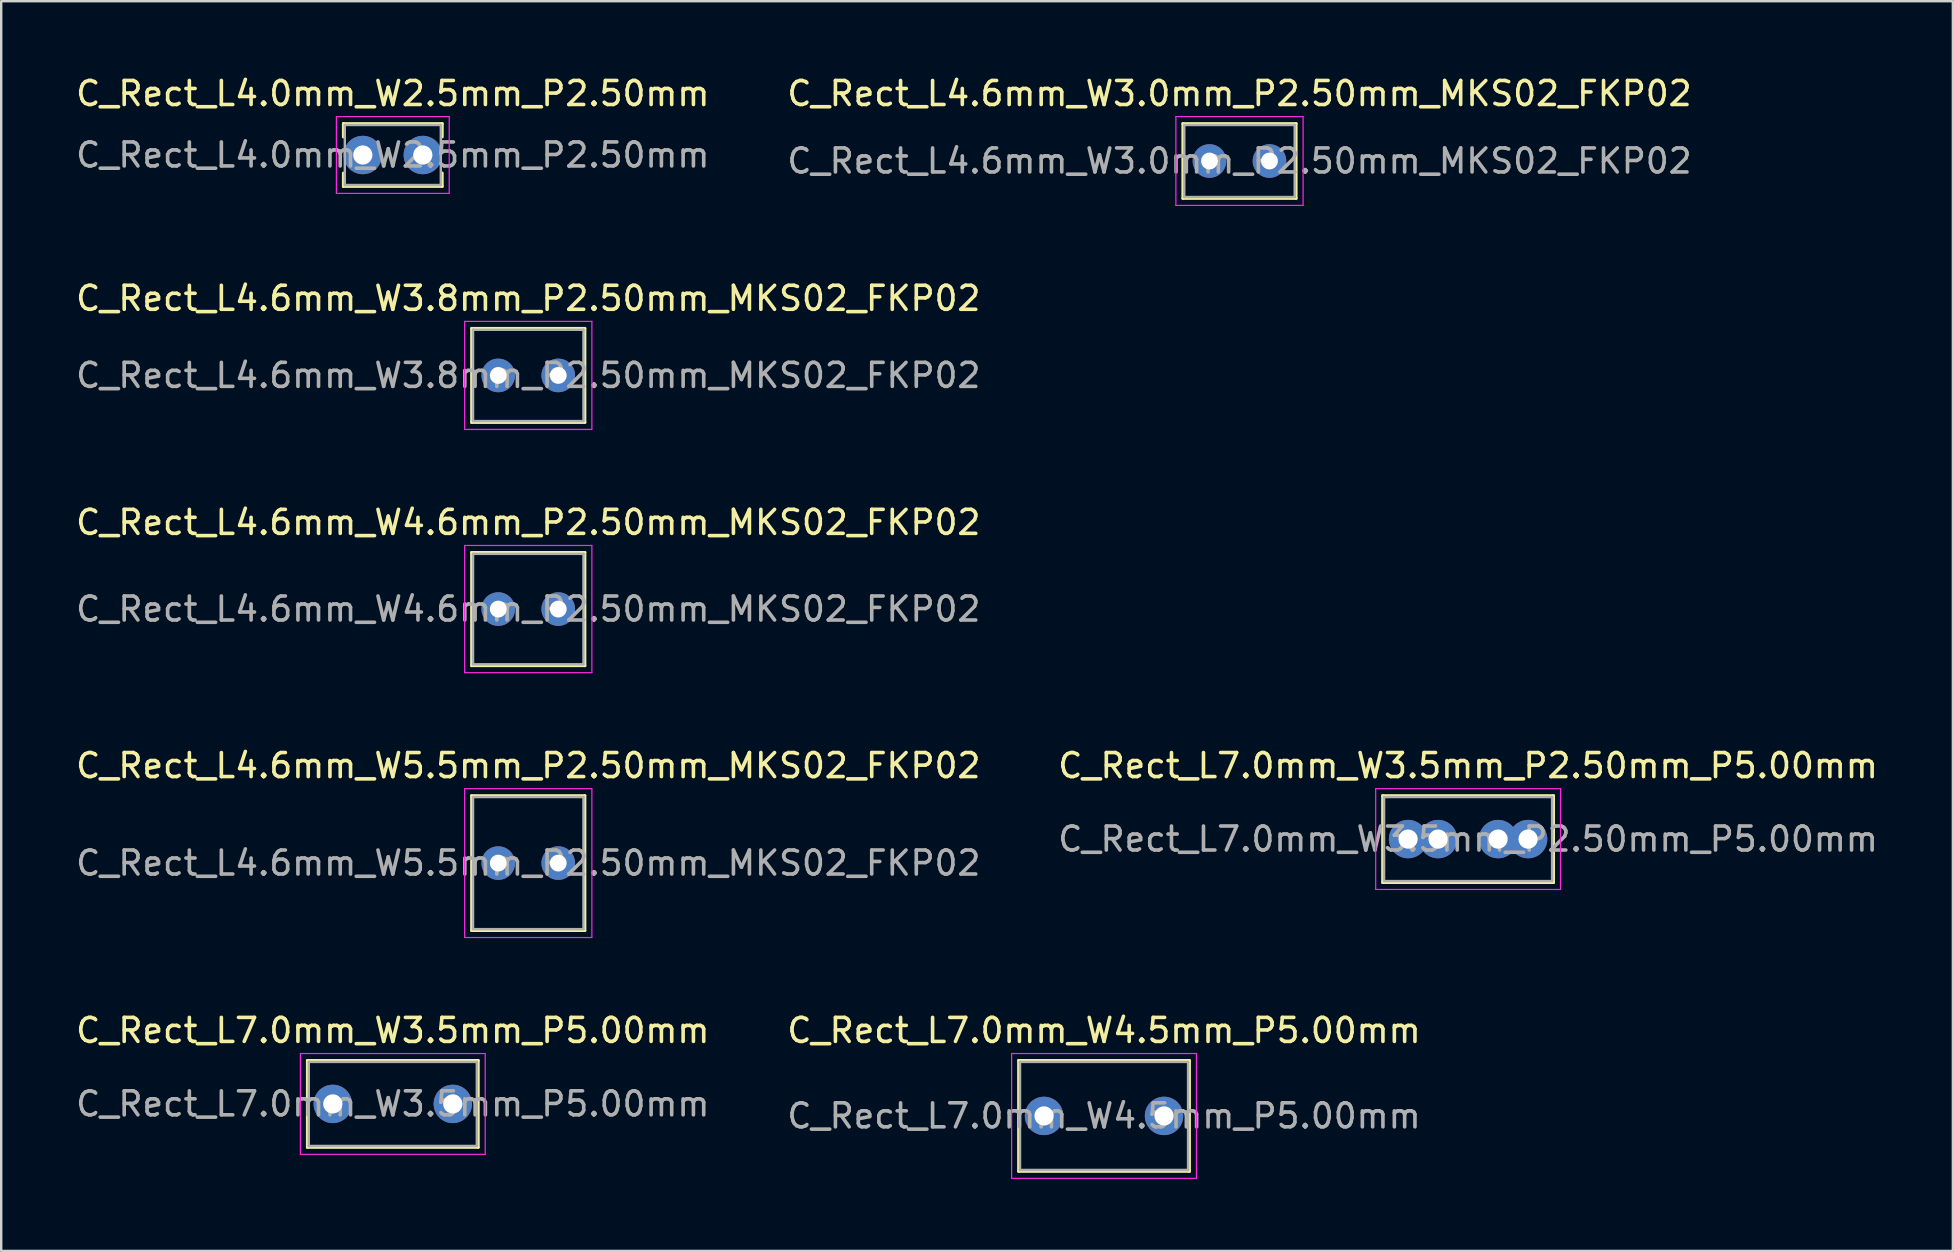
<source format=kicad_pcb>
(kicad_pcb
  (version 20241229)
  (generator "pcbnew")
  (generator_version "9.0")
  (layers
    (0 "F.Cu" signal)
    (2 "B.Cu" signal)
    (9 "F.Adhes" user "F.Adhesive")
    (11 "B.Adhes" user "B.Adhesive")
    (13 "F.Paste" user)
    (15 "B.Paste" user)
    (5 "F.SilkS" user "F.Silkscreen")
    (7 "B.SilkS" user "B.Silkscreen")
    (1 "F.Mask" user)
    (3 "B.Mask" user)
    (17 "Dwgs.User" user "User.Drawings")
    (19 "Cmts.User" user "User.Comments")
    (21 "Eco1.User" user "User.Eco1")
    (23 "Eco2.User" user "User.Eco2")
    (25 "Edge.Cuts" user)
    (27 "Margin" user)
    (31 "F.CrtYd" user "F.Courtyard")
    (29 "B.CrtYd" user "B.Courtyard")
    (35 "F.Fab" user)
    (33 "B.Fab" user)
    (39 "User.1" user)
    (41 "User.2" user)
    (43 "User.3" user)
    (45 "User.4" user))
  (footprint "C_Rect_L4.6mm_W5.5mm_P2.50mm_MKS02_FKP02"
    (layer "F.Cu")
    (at 17.708 32.908)
    (property "Reference" "C_Rect_L4.6mm_W5.5mm_P2.50mm_MKS02_FKP02" (at 1.25 -4.06 0) (layer "F.SilkS") (effects (font (size 1 1) (thickness 0.15))))
    (attr through_hole)
    (fp_line (start -1.11 -2.81) (end -1.11 2.81) (stroke (width 0.12) (type solid)) (layer "F.SilkS"))
    (fp_line (start -1.11 -2.81) (end 3.61 -2.81) (stroke (width 0.12) (type solid)) (layer "F.SilkS"))
    (fp_line (start -1.11 2.81) (end 3.61 2.81) (stroke (width 0.12) (type solid)) (layer "F.SilkS"))
    (fp_line (start 3.61 -2.81) (end 3.61 2.81) (stroke (width 0.12) (type solid)) (layer "F.SilkS"))
    (fp_line (start -1.4 -3.1) (end -1.4 3.1) (stroke (width 0.05) (type solid)) (layer "F.CrtYd"))
    (fp_line (start -1.4 3.1) (end 3.9 3.1) (stroke (width 0.05) (type solid)) (layer "F.CrtYd"))
    (fp_line (start 3.9 -3.1) (end -1.4 -3.1) (stroke (width 0.05) (type solid)) (layer "F.CrtYd"))
    (fp_line (start 3.9 3.1) (end 3.9 -3.1) (stroke (width 0.05) (type solid)) (layer "F.CrtYd"))
    (fp_line (start -1.05 -2.75) (end -1.05 2.75) (stroke (width 0.1) (type solid)) (layer "F.Fab"))
    (fp_line (start -1.05 2.75) (end 3.55 2.75) (stroke (width 0.1) (type solid)) (layer "F.Fab"))
    (fp_line (start 3.55 -2.75) (end -1.05 -2.75) (stroke (width 0.1) (type solid)) (layer "F.Fab"))
    (fp_line (start 3.55 2.75) (end 3.55 -2.75) (stroke (width 0.1) (type solid)) (layer "F.Fab"))
    (fp_text user "${REFERENCE}" (at 1.25 0 0) (layer "F.Fab") (effects (font (size 1 1) (thickness 0.15))))
    (pad "1" thru_hole circle (at 0 0) (size 1.4 1.4) (drill 0.7) (layers "*.Cu" "*.Mask"))
    (pad "2" thru_hole circle (at 2.5 0) (size 1.4 1.4) (drill 0.7) (layers "*.Cu" "*.Mask")))
  (footprint "C_Rect_L7.0mm_W4.5mm_P5.00mm"
    (layer "F.Cu")
    (at 40.446 43.441)
    (property "Reference" "C_Rect_L7.0mm_W4.5mm_P5.00mm" (at 2.5 -3.56 0) (layer "F.SilkS") (effects (font (size 1 1) (thickness 0.15))))
    (attr through_hole)
    (fp_line (start -1.06 -2.31) (end -1.06 2.31) (stroke (width 0.12) (type solid)) (layer "F.SilkS"))
    (fp_line (start -1.06 -2.31) (end 6.06 -2.31) (stroke (width 0.12) (type solid)) (layer "F.SilkS"))
    (fp_line (start -1.06 2.31) (end 6.06 2.31) (stroke (width 0.12) (type solid)) (layer "F.SilkS"))
    (fp_line (start 6.06 -2.31) (end 6.06 2.31) (stroke (width 0.12) (type solid)) (layer "F.SilkS"))
    (fp_line (start -1.35 -2.6) (end -1.35 2.6) (stroke (width 0.05) (type solid)) (layer "F.CrtYd"))
    (fp_line (start -1.35 2.6) (end 6.35 2.6) (stroke (width 0.05) (type solid)) (layer "F.CrtYd"))
    (fp_line (start 6.35 -2.6) (end -1.35 -2.6) (stroke (width 0.05) (type solid)) (layer "F.CrtYd"))
    (fp_line (start 6.35 2.6) (end 6.35 -2.6) (stroke (width 0.05) (type solid)) (layer "F.CrtYd"))
    (fp_line (start -1 -2.25) (end -1 2.25) (stroke (width 0.1) (type solid)) (layer "F.Fab"))
    (fp_line (start -1 2.25) (end 6 2.25) (stroke (width 0.1) (type solid)) (layer "F.Fab"))
    (fp_line (start 6 -2.25) (end -1 -2.25) (stroke (width 0.1) (type solid)) (layer "F.Fab"))
    (fp_line (start 6 2.25) (end 6 -2.25) (stroke (width 0.1) (type solid)) (layer "F.Fab"))
    (fp_text user "${REFERENCE}" (at 2.5 0 0) (layer "F.Fab") (effects (font (size 1 1) (thickness 0.15))))
    (pad "1" thru_hole circle (at 0 0) (size 1.6 1.6) (drill 0.8) (layers "*.Cu" "*.Mask"))
    (pad "2" thru_hole circle (at 5 0) (size 1.6 1.6) (drill 0.8) (layers "*.Cu" "*.Mask")))
  (footprint "C_Rect_L4.6mm_W3.8mm_P2.50mm_MKS02_FKP02"
    (layer "F.Cu")
    (at 17.708 12.591)
    (property "Reference" "C_Rect_L4.6mm_W3.8mm_P2.50mm_MKS02_FKP02" (at 1.25 -3.21 0) (layer "F.SilkS") (effects (font (size 1 1) (thickness 0.15))))
    (attr through_hole)
    (fp_line (start -1.11 -1.96) (end -1.11 1.96) (stroke (width 0.12) (type solid)) (layer "F.SilkS"))
    (fp_line (start -1.11 -1.96) (end 3.61 -1.96) (stroke (width 0.12) (type solid)) (layer "F.SilkS"))
    (fp_line (start -1.11 1.96) (end 3.61 1.96) (stroke (width 0.12) (type solid)) (layer "F.SilkS"))
    (fp_line (start 3.61 -1.96) (end 3.61 1.96) (stroke (width 0.12) (type solid)) (layer "F.SilkS"))
    (fp_line (start -1.4 -2.25) (end -1.4 2.25) (stroke (width 0.05) (type solid)) (layer "F.CrtYd"))
    (fp_line (start -1.4 2.25) (end 3.9 2.25) (stroke (width 0.05) (type solid)) (layer "F.CrtYd"))
    (fp_line (start 3.9 -2.25) (end -1.4 -2.25) (stroke (width 0.05) (type solid)) (layer "F.CrtYd"))
    (fp_line (start 3.9 2.25) (end 3.9 -2.25) (stroke (width 0.05) (type solid)) (layer "F.CrtYd"))
    (fp_line (start -1.05 -1.9) (end -1.05 1.9) (stroke (width 0.1) (type solid)) (layer "F.Fab"))
    (fp_line (start -1.05 1.9) (end 3.55 1.9) (stroke (width 0.1) (type solid)) (layer "F.Fab"))
    (fp_line (start 3.55 -1.9) (end -1.05 -1.9) (stroke (width 0.1) (type solid)) (layer "F.Fab"))
    (fp_line (start 3.55 1.9) (end 3.55 -1.9) (stroke (width 0.1) (type solid)) (layer "F.Fab"))
    (fp_text user "${REFERENCE}" (at 1.25 0 0) (layer "F.Fab") (effects (font (size 1 1) (thickness 0.15))))
    (pad "1" thru_hole circle (at 0 0) (size 1.4 1.4) (drill 0.7) (layers "*.Cu" "*.Mask"))
    (pad "2" thru_hole circle (at 2.5 0) (size 1.4 1.4) (drill 0.7) (layers "*.Cu" "*.Mask")))
  (footprint "C_Rect_L4.0mm_W2.5mm_P2.50mm"
    (layer "F.Cu")
    (at 12.065 3.408)
    (property "Reference" "C_Rect_L4.0mm_W2.5mm_P2.50mm" (at 1.25 -2.56 0) (layer "F.SilkS") (effects (font (size 1 1) (thickness 0.15))))
    (attr through_hole)
    (fp_line (start -0.81 -1.31) (end -0.81 -0.75) (stroke (width 0.12) (type solid)) (layer "F.SilkS"))
    (fp_line (start -0.81 -1.31) (end 3.31 -1.31) (stroke (width 0.12) (type solid)) (layer "F.SilkS"))
    (fp_line (start -0.81 0.75) (end -0.81 1.31) (stroke (width 0.12) (type solid)) (layer "F.SilkS"))
    (fp_line (start -0.81 1.31) (end 3.31 1.31) (stroke (width 0.12) (type solid)) (layer "F.SilkS"))
    (fp_line (start 3.31 -1.31) (end 3.31 -0.75) (stroke (width 0.12) (type solid)) (layer "F.SilkS"))
    (fp_line (start 3.31 0.75) (end 3.31 1.31) (stroke (width 0.12) (type solid)) (layer "F.SilkS"))
    (fp_line (start -1.1 -1.6) (end -1.1 1.6) (stroke (width 0.05) (type solid)) (layer "F.CrtYd"))
    (fp_line (start -1.1 1.6) (end 3.6 1.6) (stroke (width 0.05) (type solid)) (layer "F.CrtYd"))
    (fp_line (start 3.6 -1.6) (end -1.1 -1.6) (stroke (width 0.05) (type solid)) (layer "F.CrtYd"))
    (fp_line (start 3.6 1.6) (end 3.6 -1.6) (stroke (width 0.05) (type solid)) (layer "F.CrtYd"))
    (fp_line (start -0.75 -1.25) (end -0.75 1.25) (stroke (width 0.1) (type solid)) (layer "F.Fab"))
    (fp_line (start -0.75 1.25) (end 3.25 1.25) (stroke (width 0.1) (type solid)) (layer "F.Fab"))
    (fp_line (start 3.25 -1.25) (end -0.75 -1.25) (stroke (width 0.1) (type solid)) (layer "F.Fab"))
    (fp_line (start 3.25 1.25) (end 3.25 -1.25) (stroke (width 0.1) (type solid)) (layer "F.Fab"))
    (fp_text user "${REFERENCE}" (at 1.25 0 0) (layer "F.Fab") (effects (font (size 1 1) (thickness 0.15))))
    (pad "1" thru_hole circle (at 0 0) (size 1.6 1.6) (drill 0.8) (layers "*.Cu" "*.Mask"))
    (pad "2" thru_hole circle (at 2.5 0) (size 1.6 1.6) (drill 0.8) (layers "*.Cu" "*.Mask")))
  (footprint "C_Rect_L7.0mm_W3.5mm_P5.00mm"
    (layer "F.Cu")
    (at 10.815 42.941)
    (property "Reference" "C_Rect_L7.0mm_W3.5mm_P5.00mm" (at 2.5 -3.06 0) (layer "F.SilkS") (effects (font (size 1 1) (thickness 0.15))))
    (attr through_hole)
    (fp_line (start -1.06 -1.81) (end -1.06 1.81) (stroke (width 0.12) (type solid)) (layer "F.SilkS"))
    (fp_line (start -1.06 -1.81) (end 6.06 -1.81) (stroke (width 0.12) (type solid)) (layer "F.SilkS"))
    (fp_line (start -1.06 1.81) (end 6.06 1.81) (stroke (width 0.12) (type solid)) (layer "F.SilkS"))
    (fp_line (start 6.06 -1.81) (end 6.06 1.81) (stroke (width 0.12) (type solid)) (layer "F.SilkS"))
    (fp_line (start -1.35 -2.1) (end -1.35 2.1) (stroke (width 0.05) (type solid)) (layer "F.CrtYd"))
    (fp_line (start -1.35 2.1) (end 6.35 2.1) (stroke (width 0.05) (type solid)) (layer "F.CrtYd"))
    (fp_line (start 6.35 -2.1) (end -1.35 -2.1) (stroke (width 0.05) (type solid)) (layer "F.CrtYd"))
    (fp_line (start 6.35 2.1) (end 6.35 -2.1) (stroke (width 0.05) (type solid)) (layer "F.CrtYd"))
    (fp_line (start -1 -1.75) (end -1 1.75) (stroke (width 0.1) (type solid)) (layer "F.Fab"))
    (fp_line (start -1 1.75) (end 6 1.75) (stroke (width 0.1) (type solid)) (layer "F.Fab"))
    (fp_line (start 6 -1.75) (end -1 -1.75) (stroke (width 0.1) (type solid)) (layer "F.Fab"))
    (fp_line (start 6 1.75) (end 6 -1.75) (stroke (width 0.1) (type solid)) (layer "F.Fab"))
    (fp_text user "${REFERENCE}" (at 2.5 0 0) (layer "F.Fab") (effects (font (size 1 1) (thickness 0.15))))
    (pad "1" thru_hole circle (at 0 0) (size 1.6 1.6) (drill 0.8) (layers "*.Cu" "*.Mask"))
    (pad "2" thru_hole circle (at 5 0) (size 1.6 1.6) (drill 0.8) (layers "*.Cu" "*.Mask")))
  (footprint "C_Rect_L4.6mm_W4.6mm_P2.50mm_MKS02_FKP02"
    (layer "F.Cu")
    (at 17.708 22.325)
    (property "Reference" "C_Rect_L4.6mm_W4.6mm_P2.50mm_MKS02_FKP02" (at 1.25 -3.61 0) (layer "F.SilkS") (effects (font (size 1 1) (thickness 0.15))))
    (attr through_hole)
    (fp_line (start -1.11 -2.36) (end -1.11 2.36) (stroke (width 0.12) (type solid)) (layer "F.SilkS"))
    (fp_line (start -1.11 -2.36) (end 3.61 -2.36) (stroke (width 0.12) (type solid)) (layer "F.SilkS"))
    (fp_line (start -1.11 2.36) (end 3.61 2.36) (stroke (width 0.12) (type solid)) (layer "F.SilkS"))
    (fp_line (start 3.61 -2.36) (end 3.61 2.36) (stroke (width 0.12) (type solid)) (layer "F.SilkS"))
    (fp_line (start -1.4 -2.65) (end -1.4 2.65) (stroke (width 0.05) (type solid)) (layer "F.CrtYd"))
    (fp_line (start -1.4 2.65) (end 3.9 2.65) (stroke (width 0.05) (type solid)) (layer "F.CrtYd"))
    (fp_line (start 3.9 -2.65) (end -1.4 -2.65) (stroke (width 0.05) (type solid)) (layer "F.CrtYd"))
    (fp_line (start 3.9 2.65) (end 3.9 -2.65) (stroke (width 0.05) (type solid)) (layer "F.CrtYd"))
    (fp_line (start -1.05 -2.3) (end -1.05 2.3) (stroke (width 0.1) (type solid)) (layer "F.Fab"))
    (fp_line (start -1.05 2.3) (end 3.55 2.3) (stroke (width 0.1) (type solid)) (layer "F.Fab"))
    (fp_line (start 3.55 -2.3) (end -1.05 -2.3) (stroke (width 0.1) (type solid)) (layer "F.Fab"))
    (fp_line (start 3.55 2.3) (end 3.55 -2.3) (stroke (width 0.1) (type solid)) (layer "F.Fab"))
    (fp_text user "${REFERENCE}" (at 1.25 0 0) (layer "F.Fab") (effects (font (size 1 1) (thickness 0.15))))
    (pad "1" thru_hole circle (at 0 0) (size 1.4 1.4) (drill 0.7) (layers "*.Cu" "*.Mask"))
    (pad "2" thru_hole circle (at 2.5 0) (size 1.4 1.4) (drill 0.7) (layers "*.Cu" "*.Mask")))
  (footprint "C_Rect_L7.0mm_W3.5mm_P2.50mm_P5.00mm"
    (layer "F.Cu")
    (at 55.613 31.908)
    (property "Reference" "C_Rect_L7.0mm_W3.5mm_P2.50mm_P5.00mm" (at 2.5 -3.06 0) (layer "F.SilkS") (effects (font (size 1 1) (thickness 0.15))))
    (attr through_hole)
    (fp_line (start -1.06 -1.81) (end -1.06 1.81) (stroke (width 0.12) (type solid)) (layer "F.SilkS"))
    (fp_line (start -1.06 -1.81) (end 6.06 -1.81) (stroke (width 0.12) (type solid)) (layer "F.SilkS"))
    (fp_line (start -1.06 1.81) (end 6.06 1.81) (stroke (width 0.12) (type solid)) (layer "F.SilkS"))
    (fp_line (start 6.06 -1.81) (end 6.06 1.81) (stroke (width 0.12) (type solid)) (layer "F.SilkS"))
    (fp_line (start -1.35 -2.1) (end -1.35 2.1) (stroke (width 0.05) (type solid)) (layer "F.CrtYd"))
    (fp_line (start -1.35 2.1) (end 6.35 2.1) (stroke (width 0.05) (type solid)) (layer "F.CrtYd"))
    (fp_line (start 6.35 -2.1) (end -1.35 -2.1) (stroke (width 0.05) (type solid)) (layer "F.CrtYd"))
    (fp_line (start 6.35 2.1) (end 6.35 -2.1) (stroke (width 0.05) (type solid)) (layer "F.CrtYd"))
    (fp_line (start -1 -1.75) (end -1 1.75) (stroke (width 0.1) (type solid)) (layer "F.Fab"))
    (fp_line (start -1 1.75) (end 6 1.75) (stroke (width 0.1) (type solid)) (layer "F.Fab"))
    (fp_line (start 6 -1.75) (end -1 -1.75) (stroke (width 0.1) (type solid)) (layer "F.Fab"))
    (fp_line (start 6 1.75) (end 6 -1.75) (stroke (width 0.1) (type solid)) (layer "F.Fab"))
    (fp_text user "${REFERENCE}" (at 2.5 0 0) (layer "F.Fab") (effects (font (size 1 1) (thickness 0.15))))
    (pad "1" thru_hole circle (at 0 0) (size 1.6 1.6) (drill 0.8) (layers "*.Cu" "*.Mask"))
    (pad "1" thru_hole circle (at 1.25 0) (size 1.6 1.6) (drill 0.8) (layers "*.Cu" "*.Mask"))
    (pad "2" thru_hole circle (at 3.75 0) (size 1.6 1.6) (drill 0.8) (layers "*.Cu" "*.Mask"))
    (pad "2" thru_hole circle (at 5 0) (size 1.6 1.6) (drill 0.8) (layers "*.Cu" "*.Mask")))
  (footprint "C_Rect_L4.6mm_W3.0mm_P2.50mm_MKS02_FKP02"
    (layer "F.Cu")
    (at 47.339 3.658)
    (property "Reference" "C_Rect_L4.6mm_W3.0mm_P2.50mm_MKS02_FKP02" (at 1.25 -2.81 0) (layer "F.SilkS") (effects (font (size 1 1) (thickness 0.15))))
    (attr through_hole)
    (fp_line (start -1.11 -1.56) (end -1.11 1.56) (stroke (width 0.12) (type solid)) (layer "F.SilkS"))
    (fp_line (start -1.11 -1.56) (end 3.61 -1.56) (stroke (width 0.12) (type solid)) (layer "F.SilkS"))
    (fp_line (start -1.11 1.56) (end 3.61 1.56) (stroke (width 0.12) (type solid)) (layer "F.SilkS"))
    (fp_line (start 3.61 -1.56) (end 3.61 1.56) (stroke (width 0.12) (type solid)) (layer "F.SilkS"))
    (fp_line (start -1.4 -1.85) (end -1.4 1.85) (stroke (width 0.05) (type solid)) (layer "F.CrtYd"))
    (fp_line (start -1.4 1.85) (end 3.9 1.85) (stroke (width 0.05) (type solid)) (layer "F.CrtYd"))
    (fp_line (start 3.9 -1.85) (end -1.4 -1.85) (stroke (width 0.05) (type solid)) (layer "F.CrtYd"))
    (fp_line (start 3.9 1.85) (end 3.9 -1.85) (stroke (width 0.05) (type solid)) (layer "F.CrtYd"))
    (fp_line (start -1.05 -1.5) (end -1.05 1.5) (stroke (width 0.1) (type solid)) (layer "F.Fab"))
    (fp_line (start -1.05 1.5) (end 3.55 1.5) (stroke (width 0.1) (type solid)) (layer "F.Fab"))
    (fp_line (start 3.55 -1.5) (end -1.05 -1.5) (stroke (width 0.1) (type solid)) (layer "F.Fab"))
    (fp_line (start 3.55 1.5) (end 3.55 -1.5) (stroke (width 0.1) (type solid)) (layer "F.Fab"))
    (fp_text user "${REFERENCE}" (at 1.25 0 0) (layer "F.Fab") (effects (font (size 1 1) (thickness 0.15))))
    (pad "1" thru_hole circle (at 0 0) (size 1.4 1.4) (drill 0.7) (layers "*.Cu" "*.Mask"))
    (pad "2" thru_hole circle (at 2.5 0) (size 1.4 1.4) (drill 0.7) (layers "*.Cu" "*.Mask")))
  (gr_rect
    (start -3 -3)
    (end 78.31 49.066)
    (stroke (width 0.1) (type default))
    (fill no)
    (layer "Edge.Cuts")))
</source>
